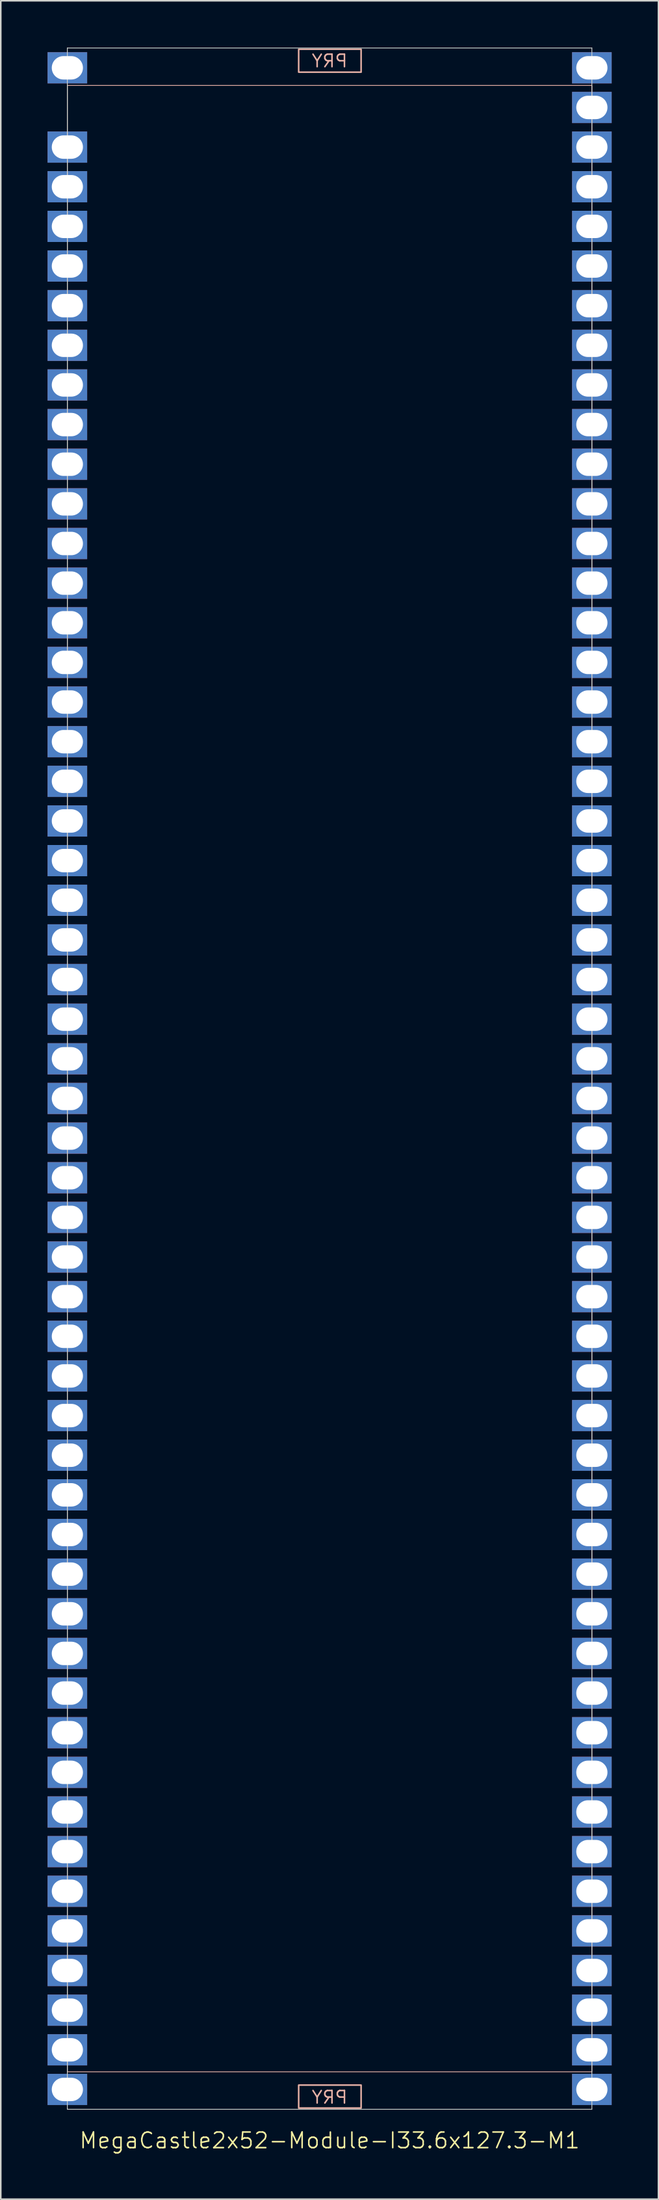
<source format=kicad_pcb>
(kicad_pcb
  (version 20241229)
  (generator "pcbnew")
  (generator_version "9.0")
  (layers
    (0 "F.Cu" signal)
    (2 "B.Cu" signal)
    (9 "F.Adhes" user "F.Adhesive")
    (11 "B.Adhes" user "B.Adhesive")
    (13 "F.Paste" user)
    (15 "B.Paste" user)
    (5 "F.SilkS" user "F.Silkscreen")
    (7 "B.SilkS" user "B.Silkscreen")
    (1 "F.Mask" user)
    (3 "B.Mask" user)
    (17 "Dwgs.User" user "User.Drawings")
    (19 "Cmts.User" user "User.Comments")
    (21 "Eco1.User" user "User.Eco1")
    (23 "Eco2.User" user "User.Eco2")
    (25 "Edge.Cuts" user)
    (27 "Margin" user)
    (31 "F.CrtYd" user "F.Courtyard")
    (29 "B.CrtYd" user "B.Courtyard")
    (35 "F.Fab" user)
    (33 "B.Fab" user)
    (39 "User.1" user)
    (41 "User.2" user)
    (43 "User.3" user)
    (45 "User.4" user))
  (footprint "MegaCastle2x52-Module-I33.6x127.3-M1"
    (layer "F.Cu")
    (at 18.09 66.065)
    (property "Reference" "MegaCastle2x52-Module-I33.6x127.3-M1" (at 0 68.04 0) (unlocked yes) (layer "F.SilkS") (effects (font (size 1 1) (thickness 0.1))))
    (attr smd)
    (fp_rect (start -16.82 63.64) (end 16.82 -63.64) (stroke (width 0.05) (type default)) (fill no) (layer "B.SilkS"))
    (fp_rect (start -1.984 -64.491) (end 2.02 -65.96) (stroke (width 0.1) (type default)) (fill no) (layer "B.SilkS"))
    (fp_rect (start -1.984 64.491) (end 2.02 65.96) (stroke (width 0.1) (type default)) (fill no) (layer "B.SilkS"))
    (fp_line (start -16.82 -66.04) (end -16.82 66.04) (stroke (width 0.05) (type default)) (layer "Edge.Cuts"))
    (fp_line (start -16.82 -66.04) (end 16.82 -66.04) (stroke (width 0.05) (type default)) (layer "Edge.Cuts"))
    (fp_line (start -16.82 66.04) (end 16.82 66.04) (stroke (width 0.05) (type default)) (layer "Edge.Cuts"))
    (fp_line (start 16.82 -66.04) (end 16.82 66.04) (stroke (width 0.05) (type default)) (layer "Edge.Cuts"))
    (fp_text user "PRY" (at 0 65.74 0) (unlocked yes) (layer "B.SilkS") (effects (font (size 0.8 0.8) (thickness 0.1)) (justify bottom mirror)))
    (fp_text user "PRY" (at 0 -64.74 0) (unlocked yes) (layer "B.SilkS") (effects (font (size 0.8 0.8) (thickness 0.1)) (justify bottom mirror)))
    (pad "1" thru_hole rect (at -16.82 -64.77) (size 2.54 2) (drill oval 2 1.5) (property pad_prop_castellated) (layers "*.Cu" "*.Mask"))
    (pad "3" thru_hole rect (at -16.82 -59.69) (size 2.54 2) (drill oval 2 1.5) (property pad_prop_castellated) (layers "*.Cu" "*.Mask"))
    (pad "4" thru_hole rect (at -16.82 -57.15) (size 2.54 2) (drill oval 2 1.5) (property pad_prop_castellated) (layers "*.Cu" "*.Mask"))
    (pad "5" thru_hole rect (at -16.82 -54.61) (size 2.54 2) (drill oval 2 1.5) (property pad_prop_castellated) (layers "*.Cu" "*.Mask"))
    (pad "6" thru_hole rect (at -16.82 -52.07) (size 2.54 2) (drill oval 2 1.5) (property pad_prop_castellated) (layers "*.Cu" "*.Mask"))
    (pad "7" thru_hole rect (at -16.82 -49.53) (size 2.54 2) (drill oval 2 1.5) (property pad_prop_castellated) (layers "*.Cu" "*.Mask"))
    (pad "8" thru_hole rect (at -16.82 -46.99) (size 2.54 2) (drill oval 2 1.5) (property pad_prop_castellated) (layers "*.Cu" "*.Mask"))
    (pad "9" thru_hole rect (at -16.82 -44.45) (size 2.54 2) (drill oval 2 1.5) (property pad_prop_castellated) (layers "*.Cu" "*.Mask"))
    (pad "10" thru_hole rect (at -16.82 -41.91) (size 2.54 2) (drill oval 2 1.5) (property pad_prop_castellated) (layers "*.Cu" "*.Mask"))
    (pad "11" thru_hole rect (at -16.82 -39.37) (size 2.54 2) (drill oval 2 1.5) (property pad_prop_castellated) (layers "*.Cu" "*.Mask"))
    (pad "12" thru_hole rect (at -16.82 -36.83) (size 2.54 2) (drill oval 2 1.5) (property pad_prop_castellated) (layers "*.Cu" "*.Mask"))
    (pad "13" thru_hole rect (at -16.82 -34.29) (size 2.54 2) (drill oval 2 1.5) (property pad_prop_castellated) (layers "*.Cu" "*.Mask"))
    (pad "14" thru_hole rect (at -16.82 -31.75) (size 2.54 2) (drill oval 2 1.5) (property pad_prop_castellated) (layers "*.Cu" "*.Mask"))
    (pad "15" thru_hole rect (at -16.82 -29.21) (size 2.54 2) (drill oval 2 1.5) (property pad_prop_castellated) (layers "*.Cu" "*.Mask"))
    (pad "16" thru_hole rect (at -16.82 -26.67) (size 2.54 2) (drill oval 2 1.5) (property pad_prop_castellated) (layers "*.Cu" "*.Mask"))
    (pad "17" thru_hole rect (at -16.82 -24.13) (size 2.54 2) (drill oval 2 1.5) (property pad_prop_castellated) (layers "*.Cu" "*.Mask"))
    (pad "18" thru_hole rect (at -16.82 -21.59) (size 2.54 2) (drill oval 2 1.5) (property pad_prop_castellated) (layers "*.Cu" "*.Mask"))
    (pad "19" thru_hole rect (at -16.82 -19.05) (size 2.54 2) (drill oval 2 1.5) (property pad_prop_castellated) (layers "*.Cu" "*.Mask"))
    (pad "20" thru_hole rect (at -16.82 -16.51) (size 2.54 2) (drill oval 2 1.5) (property pad_prop_castellated) (layers "*.Cu" "*.Mask"))
    (pad "21" thru_hole rect (at -16.82 -13.97) (size 2.54 2) (drill oval 2 1.5) (property pad_prop_castellated) (layers "*.Cu" "*.Mask"))
    (pad "22" thru_hole rect (at -16.82 -11.43) (size 2.54 2) (drill oval 2 1.5) (property pad_prop_castellated) (layers "*.Cu" "*.Mask"))
    (pad "23" thru_hole rect (at -16.82 -8.89) (size 2.54 2) (drill oval 2 1.5) (property pad_prop_castellated) (layers "*.Cu" "*.Mask"))
    (pad "24" thru_hole rect (at -16.82 -6.35) (size 2.54 2) (drill oval 2 1.5) (property pad_prop_castellated) (layers "*.Cu" "*.Mask"))
    (pad "25" thru_hole rect (at -16.82 -3.81) (size 2.54 2) (drill oval 2 1.5) (property pad_prop_castellated) (layers "*.Cu" "*.Mask"))
    (pad "26" thru_hole rect (at -16.82 -1.27) (size 2.54 2) (drill oval 2 1.5) (property pad_prop_castellated) (layers "*.Cu" "*.Mask"))
    (pad "27" thru_hole rect (at -16.82 1.27) (size 2.54 2) (drill oval 2 1.5) (property pad_prop_castellated) (layers "*.Cu" "*.Mask"))
    (pad "28" thru_hole rect (at -16.82 3.81) (size 2.54 2) (drill oval 2 1.5) (property pad_prop_castellated) (layers "*.Cu" "*.Mask"))
    (pad "29" thru_hole rect (at -16.82 6.35) (size 2.54 2) (drill oval 2 1.5) (property pad_prop_castellated) (layers "*.Cu" "*.Mask"))
    (pad "30" thru_hole rect (at -16.82 8.89) (size 2.54 2) (drill oval 2 1.5) (property pad_prop_castellated) (layers "*.Cu" "*.Mask"))
    (pad "31" thru_hole rect (at -16.82 11.43) (size 2.54 2) (drill oval 2 1.5) (property pad_prop_castellated) (layers "*.Cu" "*.Mask"))
    (pad "32" thru_hole rect (at -16.82 13.97) (size 2.54 2) (drill oval 2 1.5) (property pad_prop_castellated) (layers "*.Cu" "*.Mask"))
    (pad "33" thru_hole rect (at -16.82 16.51) (size 2.54 2) (drill oval 2 1.5) (property pad_prop_castellated) (layers "*.Cu" "*.Mask"))
    (pad "34" thru_hole rect (at -16.82 19.05) (size 2.54 2) (drill oval 2 1.5) (property pad_prop_castellated) (layers "*.Cu" "*.Mask"))
    (pad "35" thru_hole rect (at -16.82 21.59) (size 2.54 2) (drill oval 2 1.5) (property pad_prop_castellated) (layers "*.Cu" "*.Mask"))
    (pad "36" thru_hole rect (at -16.82 24.13) (size 2.54 2) (drill oval 2 1.5) (property pad_prop_castellated) (layers "*.Cu" "*.Mask"))
    (pad "37" thru_hole rect (at -16.82 26.67) (size 2.54 2) (drill oval 2 1.5) (property pad_prop_castellated) (layers "*.Cu" "*.Mask"))
    (pad "38" thru_hole rect (at -16.82 29.21) (size 2.54 2) (drill oval 2 1.5) (property pad_prop_castellated) (layers "*.Cu" "*.Mask"))
    (pad "39" thru_hole rect (at -16.82 31.75) (size 2.54 2) (drill oval 2 1.5) (property pad_prop_castellated) (layers "*.Cu" "*.Mask"))
    (pad "40" thru_hole rect (at -16.82 34.29) (size 2.54 2) (drill oval 2 1.5) (property pad_prop_castellated) (layers "*.Cu" "*.Mask"))
    (pad "41" thru_hole rect (at -16.82 36.83) (size 2.54 2) (drill oval 2 1.5) (property pad_prop_castellated) (layers "*.Cu" "*.Mask"))
    (pad "42" thru_hole rect (at -16.82 39.37) (size 2.54 2) (drill oval 2 1.5) (property pad_prop_castellated) (layers "*.Cu" "*.Mask"))
    (pad "43" thru_hole rect (at -16.82 41.91) (size 2.54 2) (drill oval 2 1.5) (property pad_prop_castellated) (layers "*.Cu" "*.Mask"))
    (pad "44" thru_hole rect (at -16.82 44.45) (size 2.54 2) (drill oval 2 1.5) (property pad_prop_castellated) (layers "*.Cu" "*.Mask"))
    (pad "45" thru_hole rect (at -16.82 46.99) (size 2.54 2) (drill oval 2 1.5) (property pad_prop_castellated) (layers "*.Cu" "*.Mask"))
    (pad "46" thru_hole rect (at -16.82 49.53) (size 2.54 2) (drill oval 2 1.5) (property pad_prop_castellated) (layers "*.Cu" "*.Mask"))
    (pad "47" thru_hole rect (at -16.82 52.07) (size 2.54 2) (drill oval 2 1.5) (property pad_prop_castellated) (layers "*.Cu" "*.Mask"))
    (pad "48" thru_hole rect (at -16.82 54.61) (size 2.54 2) (drill oval 2 1.5) (property pad_prop_castellated) (layers "*.Cu" "*.Mask"))
    (pad "49" thru_hole rect (at -16.82 57.15) (size 2.54 2) (drill oval 2 1.5) (property pad_prop_castellated) (layers "*.Cu" "*.Mask"))
    (pad "50" thru_hole rect (at -16.82 59.69) (size 2.54 2) (drill oval 2 1.5) (property pad_prop_castellated) (layers "*.Cu" "*.Mask"))
    (pad "51" thru_hole rect (at -16.82 62.23) (size 2.54 2) (drill oval 2 1.5) (property pad_prop_castellated) (layers "*.Cu" "*.Mask"))
    (pad "52" thru_hole rect (at -16.82 64.77) (size 2.54 2) (drill oval 2 1.5) (property pad_prop_castellated) (layers "*.Cu" "*.Mask"))
    (pad "53" thru_hole rect (at 16.82 -64.77) (size 2.54 2) (drill oval 2 1.5) (property pad_prop_castellated) (layers "*.Cu" "*.Mask"))
    (pad "54" thru_hole rect (at 16.82 -62.23) (size 2.54 2) (drill oval 2 1.5) (property pad_prop_castellated) (layers "*.Cu" "*.Mask"))
    (pad "55" thru_hole rect (at 16.82 -59.69) (size 2.54 2) (drill oval 2 1.5) (property pad_prop_castellated) (layers "*.Cu" "*.Mask"))
    (pad "56" thru_hole rect (at 16.82 -57.15) (size 2.54 2) (drill oval 2 1.5) (property pad_prop_castellated) (layers "*.Cu" "*.Mask"))
    (pad "57" thru_hole rect (at 16.82 -54.61) (size 2.54 2) (drill oval 2 1.5) (property pad_prop_castellated) (layers "*.Cu" "*.Mask"))
    (pad "58" thru_hole rect (at 16.82 -52.07) (size 2.54 2) (drill oval 2 1.5) (property pad_prop_castellated) (layers "*.Cu" "*.Mask"))
    (pad "59" thru_hole rect (at 16.82 -49.53) (size 2.54 2) (drill oval 2 1.5) (property pad_prop_castellated) (layers "*.Cu" "*.Mask"))
    (pad "60" thru_hole rect (at 16.82 -46.99) (size 2.54 2) (drill oval 2 1.5) (property pad_prop_castellated) (layers "*.Cu" "*.Mask"))
    (pad "61" thru_hole rect (at 16.82 -44.45) (size 2.54 2) (drill oval 2 1.5) (property pad_prop_castellated) (layers "*.Cu" "*.Mask"))
    (pad "62" thru_hole rect (at 16.82 -41.91) (size 2.54 2) (drill oval 2 1.5) (property pad_prop_castellated) (layers "*.Cu" "*.Mask"))
    (pad "63" thru_hole rect (at 16.82 -39.37) (size 2.54 2) (drill oval 2 1.5) (property pad_prop_castellated) (layers "*.Cu" "*.Mask"))
    (pad "64" thru_hole rect (at 16.82 -36.83) (size 2.54 2) (drill oval 2 1.5) (property pad_prop_castellated) (layers "*.Cu" "*.Mask"))
    (pad "65" thru_hole rect (at 16.82 -34.29) (size 2.54 2) (drill oval 2 1.5) (property pad_prop_castellated) (layers "*.Cu" "*.Mask"))
    (pad "66" thru_hole rect (at 16.82 -31.75) (size 2.54 2) (drill oval 2 1.5) (property pad_prop_castellated) (layers "*.Cu" "*.Mask"))
    (pad "67" thru_hole rect (at 16.82 -29.21) (size 2.54 2) (drill oval 2 1.5) (property pad_prop_castellated) (layers "*.Cu" "*.Mask"))
    (pad "68" thru_hole rect (at 16.82 -26.67) (size 2.54 2) (drill oval 2 1.5) (property pad_prop_castellated) (layers "*.Cu" "*.Mask"))
    (pad "69" thru_hole rect (at 16.82 -24.13) (size 2.54 2) (drill oval 2 1.5) (property pad_prop_castellated) (layers "*.Cu" "*.Mask"))
    (pad "70" thru_hole rect (at 16.82 -21.59) (size 2.54 2) (drill oval 2 1.5) (property pad_prop_castellated) (layers "*.Cu" "*.Mask"))
    (pad "71" thru_hole rect (at 16.82 -19.05) (size 2.54 2) (drill oval 2 1.5) (property pad_prop_castellated) (layers "*.Cu" "*.Mask"))
    (pad "72" thru_hole rect (at 16.82 -16.51) (size 2.54 2) (drill oval 2 1.5) (property pad_prop_castellated) (layers "*.Cu" "*.Mask"))
    (pad "73" thru_hole rect (at 16.82 -13.97) (size 2.54 2) (drill oval 2 1.5) (property pad_prop_castellated) (layers "*.Cu" "*.Mask"))
    (pad "74" thru_hole rect (at 16.82 -11.43) (size 2.54 2) (drill oval 2 1.5) (property pad_prop_castellated) (layers "*.Cu" "*.Mask"))
    (pad "75" thru_hole rect (at 16.82 -8.89) (size 2.54 2) (drill oval 2 1.5) (property pad_prop_castellated) (layers "*.Cu" "*.Mask"))
    (pad "76" thru_hole rect (at 16.82 -6.35) (size 2.54 2) (drill oval 2 1.5) (property pad_prop_castellated) (layers "*.Cu" "*.Mask"))
    (pad "77" thru_hole rect (at 16.82 -3.81) (size 2.54 2) (drill oval 2 1.5) (property pad_prop_castellated) (layers "*.Cu" "*.Mask"))
    (pad "78" thru_hole rect (at 16.82 -1.27) (size 2.54 2) (drill oval 2 1.5) (property pad_prop_castellated) (layers "*.Cu" "*.Mask"))
    (pad "79" thru_hole rect (at 16.82 1.27) (size 2.54 2) (drill oval 2 1.5) (property pad_prop_castellated) (layers "*.Cu" "*.Mask"))
    (pad "80" thru_hole rect (at 16.82 3.81) (size 2.54 2) (drill oval 2 1.5) (property pad_prop_castellated) (layers "*.Cu" "*.Mask"))
    (pad "81" thru_hole rect (at 16.82 6.35) (size 2.54 2) (drill oval 2 1.5) (property pad_prop_castellated) (layers "*.Cu" "*.Mask"))
    (pad "82" thru_hole rect (at 16.82 8.89) (size 2.54 2) (drill oval 2 1.5) (property pad_prop_castellated) (layers "*.Cu" "*.Mask"))
    (pad "83" thru_hole rect (at 16.82 11.43) (size 2.54 2) (drill oval 2 1.5) (property pad_prop_castellated) (layers "*.Cu" "*.Mask"))
    (pad "84" thru_hole rect (at 16.82 13.97) (size 2.54 2) (drill oval 2 1.5) (property pad_prop_castellated) (layers "*.Cu" "*.Mask"))
    (pad "85" thru_hole rect (at 16.82 16.51) (size 2.54 2) (drill oval 2 1.5) (property pad_prop_castellated) (layers "*.Cu" "*.Mask"))
    (pad "86" thru_hole rect (at 16.82 19.05) (size 2.54 2) (drill oval 2 1.5) (property pad_prop_castellated) (layers "*.Cu" "*.Mask"))
    (pad "87" thru_hole rect (at 16.82 21.59) (size 2.54 2) (drill oval 2 1.5) (property pad_prop_castellated) (layers "*.Cu" "*.Mask"))
    (pad "88" thru_hole rect (at 16.82 24.13) (size 2.54 2) (drill oval 2 1.5) (property pad_prop_castellated) (layers "*.Cu" "*.Mask"))
    (pad "89" thru_hole rect (at 16.82 26.67) (size 2.54 2) (drill oval 2 1.5) (property pad_prop_castellated) (layers "*.Cu" "*.Mask"))
    (pad "90" thru_hole rect (at 16.82 29.21) (size 2.54 2) (drill oval 2 1.5) (property pad_prop_castellated) (layers "*.Cu" "*.Mask"))
    (pad "91" thru_hole rect (at 16.82 31.75) (size 2.54 2) (drill oval 2 1.5) (property pad_prop_castellated) (layers "*.Cu" "*.Mask"))
    (pad "92" thru_hole rect (at 16.82 34.29) (size 2.54 2) (drill oval 2 1.5) (property pad_prop_castellated) (layers "*.Cu" "*.Mask"))
    (pad "93" thru_hole rect (at 16.82 36.83) (size 2.54 2) (drill oval 2 1.5) (property pad_prop_castellated) (layers "*.Cu" "*.Mask"))
    (pad "94" thru_hole rect (at 16.82 39.37) (size 2.54 2) (drill oval 2 1.5) (property pad_prop_castellated) (layers "*.Cu" "*.Mask"))
    (pad "95" thru_hole rect (at 16.82 41.91) (size 2.54 2) (drill oval 2 1.5) (property pad_prop_castellated) (layers "*.Cu" "*.Mask"))
    (pad "96" thru_hole rect (at 16.82 44.45) (size 2.54 2) (drill oval 2 1.5) (property pad_prop_castellated) (layers "*.Cu" "*.Mask"))
    (pad "97" thru_hole rect (at 16.82 46.99) (size 2.54 2) (drill oval 2 1.5) (property pad_prop_castellated) (layers "*.Cu" "*.Mask"))
    (pad "98" thru_hole rect (at 16.82 49.53) (size 2.54 2) (drill oval 2 1.5) (property pad_prop_castellated) (layers "*.Cu" "*.Mask"))
    (pad "99" thru_hole rect (at 16.82 52.07) (size 2.54 2) (drill oval 2 1.5) (property pad_prop_castellated) (layers "*.Cu" "*.Mask"))
    (pad "100" thru_hole rect (at 16.82 54.61) (size 2.54 2) (drill oval 2 1.5) (property pad_prop_castellated) (layers "*.Cu" "*.Mask"))
    (pad "101" thru_hole rect (at 16.82 57.15) (size 2.54 2) (drill oval 2 1.5) (property pad_prop_castellated) (layers "*.Cu" "*.Mask"))
    (pad "102" thru_hole rect (at 16.82 59.69) (size 2.54 2) (drill oval 2 1.5) (property pad_prop_castellated) (layers "*.Cu" "*.Mask"))
    (pad "103" thru_hole rect (at 16.82 62.23) (size 2.54 2) (drill oval 2 1.5) (property pad_prop_castellated) (layers "*.Cu" "*.Mask"))
    (pad "104" thru_hole rect (at 16.82 64.77) (size 2.54 2) (drill oval 2 1.5) (property pad_prop_castellated) (layers "*.Cu" "*.Mask"))
    (zone (net_name "") (layer "B.Cu") (hatch edge 0.5) (connect_pads) (min_thickness 0.25) (filled_areas_thickness no) (keepout (tracks allowed) (vias allowed) (pads allowed) (copperpour allowed) (footprints not_allowed)) (placement (enabled no)) (fill) (polygon (pts (xy 1.27 132.105) (xy 1.27 0.025))))
    (zone (net_name "") (layer "B.Cu") (hatch edge 0.5) (connect_pads) (min_thickness 0.25) (filled_areas_thickness no) (keepout (tracks allowed) (vias allowed) (pads allowed) (copperpour allowed) (footprints not_allowed)) (placement (enabled no)) (fill) (polygon (pts (xy 34.91 132.105) (xy 34.91 0.025))))
    (zone (net_name "") (layer "B.Cu") (hatch edge 0.5) (connect_pads) (min_thickness 0.25) (filled_areas_thickness no) (keepout (tracks allowed) (vias allowed) (pads allowed) (copperpour allowed) (footprints not_allowed)) (placement (enabled no)) (fill) (polygon (pts (xy 1.27 0.025) (xy 1.27 2.425) (xy 34.91 2.425) (xy 34.91 0.025))))
    (zone (net_name "") (layer "B.Cu") (hatch edge 0.5) (connect_pads) (min_thickness 0.25) (filled_areas_thickness no) (keepout (tracks allowed) (vias allowed) (pads allowed) (copperpour allowed) (footprints not_allowed)) (placement (enabled no)) (fill) (polygon (pts (xy 1.27 132.105) (xy 1.27 129.705) (xy 34.91 129.705) (xy 34.91 132.105))))
    (zone (net_name "") (layer "B.Cu") (name "Upper Pry Zone") (hatch edge 0.5) (connect_pads) (min_thickness 0.25) (filled_areas_thickness no) (keepout (tracks not_allowed) (vias not_allowed) (pads not_allowed) (copperpour allowed) (footprints not_allowed)) (placement (enabled no)) (fill) (polygon (pts (xy 16.106 1.574) (xy 16.106 0.105) (xy 20.11 0.105) (xy 20.11 1.574))))
    (zone (net_name "") (layer "B.Cu") (name "Upper Pry Zone") (hatch edge 0.5) (connect_pads) (min_thickness 0.25) (filled_areas_thickness no) (keepout (tracks not_allowed) (vias not_allowed) (pads not_allowed) (copperpour allowed) (footprints not_allowed)) (placement (enabled no)) (fill) (polygon (pts (xy 16.106 130.556) (xy 16.106 132.025) (xy 20.11 132.025) (xy 20.11 130.556)))))
  (gr_rect
    (start -3 -3)
    (end 39.18 137.866)
    (stroke (width 0.1) (type default))
    (fill no)
    (layer "Edge.Cuts")))
</source>
